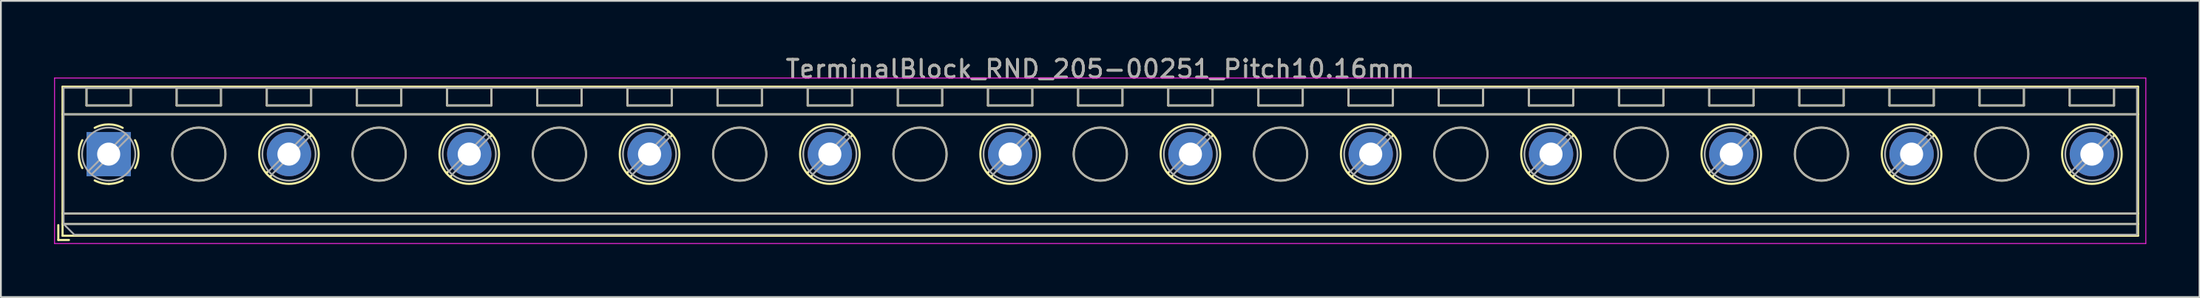
<source format=kicad_pcb>
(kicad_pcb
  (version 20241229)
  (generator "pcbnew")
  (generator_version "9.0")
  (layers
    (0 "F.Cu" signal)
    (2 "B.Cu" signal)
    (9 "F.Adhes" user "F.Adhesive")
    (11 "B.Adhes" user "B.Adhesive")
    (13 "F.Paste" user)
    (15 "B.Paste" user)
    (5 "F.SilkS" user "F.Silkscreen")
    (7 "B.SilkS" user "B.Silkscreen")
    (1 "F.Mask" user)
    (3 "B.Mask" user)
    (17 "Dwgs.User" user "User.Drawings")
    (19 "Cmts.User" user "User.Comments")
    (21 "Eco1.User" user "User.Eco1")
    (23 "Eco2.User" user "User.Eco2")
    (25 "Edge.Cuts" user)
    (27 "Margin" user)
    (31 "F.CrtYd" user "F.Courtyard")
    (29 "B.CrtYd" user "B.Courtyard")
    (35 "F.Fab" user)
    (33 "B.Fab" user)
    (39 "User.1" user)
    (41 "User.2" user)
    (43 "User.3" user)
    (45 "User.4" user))
  (footprint "TerminalBlock_RND_205-00251_Pitch10.16mm"
    (layer "F.Cu")
    (at 3.075 5.658)
    (property "Reference" "TerminalBlock_RND_205-00251_Pitch10.16mm" (at 55.88 -4.81 0) (layer "F.SilkS") (effects (font (size 1 1) (thickness 0.15))))
    (attr through_hole)
    (fp_line (start -2.84 4.01) (end -2.84 4.85) (stroke (width 0.12) (type solid)) (layer "F.SilkS"))
    (fp_line (start -2.84 4.85) (end -2.24 4.85) (stroke (width 0.12) (type solid)) (layer "F.SilkS"))
    (fp_line (start -2.6 -3.81) (end -2.6 4.61) (stroke (width 0.12) (type solid)) (layer "F.SilkS"))
    (fp_line (start -2.6 -2.25) (end 114.36 -2.25) (stroke (width 0.12) (type solid)) (layer "F.SilkS"))
    (fp_line (start -2.6 3.35) (end 114.36 3.35) (stroke (width 0.12) (type solid)) (layer "F.SilkS"))
    (fp_line (start -2.6 3.95) (end 114.36 3.95) (stroke (width 0.12) (type solid)) (layer "F.SilkS"))
    (fp_line (start -2.6 4.61) (end 114.36 4.61) (stroke (width 0.12) (type solid)) (layer "F.SilkS"))
    (fp_line (start -1.25 -3.751) (end -1.25 -2.751) (stroke (width 0.12) (type solid)) (layer "F.SilkS"))
    (fp_line (start -1.25 -3.751) (end 1.25 -3.751) (stroke (width 0.12) (type solid)) (layer "F.SilkS"))
    (fp_line (start -1.25 -2.751) (end 1.25 -2.751) (stroke (width 0.12) (type solid)) (layer "F.SilkS"))
    (fp_line (start 1.25 -3.751) (end 1.25 -2.751) (stroke (width 0.12) (type solid)) (layer "F.SilkS"))
    (fp_line (start 3.83 -3.751) (end 3.83 -2.751) (stroke (width 0.12) (type solid)) (layer "F.SilkS"))
    (fp_line (start 3.83 -3.751) (end 6.33 -3.751) (stroke (width 0.12) (type solid)) (layer "F.SilkS"))
    (fp_line (start 3.83 -2.751) (end 6.33 -2.751) (stroke (width 0.12) (type solid)) (layer "F.SilkS"))
    (fp_line (start 6.33 -3.751) (end 6.33 -2.751) (stroke (width 0.12) (type solid)) (layer "F.SilkS"))
    (fp_line (start 8.91 -3.751) (end 8.91 -2.751) (stroke (width 0.12) (type solid)) (layer "F.SilkS"))
    (fp_line (start 8.91 -3.751) (end 11.41 -3.751) (stroke (width 0.12) (type solid)) (layer "F.SilkS"))
    (fp_line (start 8.91 -2.751) (end 11.41 -2.751) (stroke (width 0.12) (type solid)) (layer "F.SilkS"))
    (fp_line (start 8.98 0.976) (end 8.886 1.069) (stroke (width 0.12) (type solid)) (layer "F.SilkS"))
    (fp_line (start 9.15 1.216) (end 9.091 1.274) (stroke (width 0.12) (type solid)) (layer "F.SilkS"))
    (fp_line (start 11.23 -1.275) (end 11.171 -1.216) (stroke (width 0.12) (type solid)) (layer "F.SilkS"))
    (fp_line (start 11.41 -3.751) (end 11.41 -2.751) (stroke (width 0.12) (type solid)) (layer "F.SilkS"))
    (fp_line (start 11.435 -1.069) (end 11.341 -0.976) (stroke (width 0.12) (type solid)) (layer "F.SilkS"))
    (fp_line (start 13.99 -3.751) (end 13.99 -2.751) (stroke (width 0.12) (type solid)) (layer "F.SilkS"))
    (fp_line (start 13.99 -3.751) (end 16.49 -3.751) (stroke (width 0.12) (type solid)) (layer "F.SilkS"))
    (fp_line (start 13.99 -2.751) (end 16.49 -2.751) (stroke (width 0.12) (type solid)) (layer "F.SilkS"))
    (fp_line (start 16.49 -3.751) (end 16.49 -2.751) (stroke (width 0.12) (type solid)) (layer "F.SilkS"))
    (fp_line (start 19.07 -3.751) (end 19.07 -2.751) (stroke (width 0.12) (type solid)) (layer "F.SilkS"))
    (fp_line (start 19.07 -3.751) (end 21.57 -3.751) (stroke (width 0.12) (type solid)) (layer "F.SilkS"))
    (fp_line (start 19.07 -2.751) (end 21.57 -2.751) (stroke (width 0.12) (type solid)) (layer "F.SilkS"))
    (fp_line (start 19.14 0.976) (end 19.046 1.069) (stroke (width 0.12) (type solid)) (layer "F.SilkS"))
    (fp_line (start 19.31 1.216) (end 19.251 1.274) (stroke (width 0.12) (type solid)) (layer "F.SilkS"))
    (fp_line (start 21.39 -1.275) (end 21.331 -1.216) (stroke (width 0.12) (type solid)) (layer "F.SilkS"))
    (fp_line (start 21.57 -3.751) (end 21.57 -2.751) (stroke (width 0.12) (type solid)) (layer "F.SilkS"))
    (fp_line (start 21.595 -1.069) (end 21.501 -0.976) (stroke (width 0.12) (type solid)) (layer "F.SilkS"))
    (fp_line (start 24.15 -3.751) (end 24.15 -2.751) (stroke (width 0.12) (type solid)) (layer "F.SilkS"))
    (fp_line (start 24.15 -3.751) (end 26.65 -3.751) (stroke (width 0.12) (type solid)) (layer "F.SilkS"))
    (fp_line (start 24.15 -2.751) (end 26.65 -2.751) (stroke (width 0.12) (type solid)) (layer "F.SilkS"))
    (fp_line (start 26.65 -3.751) (end 26.65 -2.751) (stroke (width 0.12) (type solid)) (layer "F.SilkS"))
    (fp_line (start 29.23 -3.751) (end 29.23 -2.751) (stroke (width 0.12) (type solid)) (layer "F.SilkS"))
    (fp_line (start 29.23 -3.751) (end 31.73 -3.751) (stroke (width 0.12) (type solid)) (layer "F.SilkS"))
    (fp_line (start 29.23 -2.751) (end 31.73 -2.751) (stroke (width 0.12) (type solid)) (layer "F.SilkS"))
    (fp_line (start 29.3 0.976) (end 29.206 1.069) (stroke (width 0.12) (type solid)) (layer "F.SilkS"))
    (fp_line (start 29.47 1.216) (end 29.411 1.274) (stroke (width 0.12) (type solid)) (layer "F.SilkS"))
    (fp_line (start 31.55 -1.275) (end 31.491 -1.216) (stroke (width 0.12) (type solid)) (layer "F.SilkS"))
    (fp_line (start 31.73 -3.751) (end 31.73 -2.751) (stroke (width 0.12) (type solid)) (layer "F.SilkS"))
    (fp_line (start 31.755 -1.069) (end 31.661 -0.976) (stroke (width 0.12) (type solid)) (layer "F.SilkS"))
    (fp_line (start 34.31 -3.751) (end 34.31 -2.751) (stroke (width 0.12) (type solid)) (layer "F.SilkS"))
    (fp_line (start 34.31 -3.751) (end 36.81 -3.751) (stroke (width 0.12) (type solid)) (layer "F.SilkS"))
    (fp_line (start 34.31 -2.751) (end 36.81 -2.751) (stroke (width 0.12) (type solid)) (layer "F.SilkS"))
    (fp_line (start 36.81 -3.751) (end 36.81 -2.751) (stroke (width 0.12) (type solid)) (layer "F.SilkS"))
    (fp_line (start 39.39 -3.751) (end 39.39 -2.751) (stroke (width 0.12) (type solid)) (layer "F.SilkS"))
    (fp_line (start 39.39 -3.751) (end 41.89 -3.751) (stroke (width 0.12) (type solid)) (layer "F.SilkS"))
    (fp_line (start 39.39 -2.751) (end 41.89 -2.751) (stroke (width 0.12) (type solid)) (layer "F.SilkS"))
    (fp_line (start 39.46 0.976) (end 39.366 1.069) (stroke (width 0.12) (type solid)) (layer "F.SilkS"))
    (fp_line (start 39.63 1.216) (end 39.571 1.274) (stroke (width 0.12) (type solid)) (layer "F.SilkS"))
    (fp_line (start 41.71 -1.275) (end 41.651 -1.216) (stroke (width 0.12) (type solid)) (layer "F.SilkS"))
    (fp_line (start 41.89 -3.751) (end 41.89 -2.751) (stroke (width 0.12) (type solid)) (layer "F.SilkS"))
    (fp_line (start 41.915 -1.069) (end 41.821 -0.976) (stroke (width 0.12) (type solid)) (layer "F.SilkS"))
    (fp_line (start 44.47 -3.751) (end 44.47 -2.751) (stroke (width 0.12) (type solid)) (layer "F.SilkS"))
    (fp_line (start 44.47 -3.751) (end 46.97 -3.751) (stroke (width 0.12) (type solid)) (layer "F.SilkS"))
    (fp_line (start 44.47 -2.751) (end 46.97 -2.751) (stroke (width 0.12) (type solid)) (layer "F.SilkS"))
    (fp_line (start 46.97 -3.751) (end 46.97 -2.751) (stroke (width 0.12) (type solid)) (layer "F.SilkS"))
    (fp_line (start 49.55 -3.751) (end 49.55 -2.751) (stroke (width 0.12) (type solid)) (layer "F.SilkS"))
    (fp_line (start 49.55 -3.751) (end 52.05 -3.751) (stroke (width 0.12) (type solid)) (layer "F.SilkS"))
    (fp_line (start 49.55 -2.751) (end 52.05 -2.751) (stroke (width 0.12) (type solid)) (layer "F.SilkS"))
    (fp_line (start 49.62 0.976) (end 49.526 1.069) (stroke (width 0.12) (type solid)) (layer "F.SilkS"))
    (fp_line (start 49.79 1.216) (end 49.731 1.274) (stroke (width 0.12) (type solid)) (layer "F.SilkS"))
    (fp_line (start 51.87 -1.275) (end 51.811 -1.216) (stroke (width 0.12) (type solid)) (layer "F.SilkS"))
    (fp_line (start 52.05 -3.751) (end 52.05 -2.751) (stroke (width 0.12) (type solid)) (layer "F.SilkS"))
    (fp_line (start 52.075 -1.069) (end 51.981 -0.976) (stroke (width 0.12) (type solid)) (layer "F.SilkS"))
    (fp_line (start 54.63 -3.751) (end 54.63 -2.751) (stroke (width 0.12) (type solid)) (layer "F.SilkS"))
    (fp_line (start 54.63 -3.751) (end 57.13 -3.751) (stroke (width 0.12) (type solid)) (layer "F.SilkS"))
    (fp_line (start 54.63 -2.751) (end 57.13 -2.751) (stroke (width 0.12) (type solid)) (layer "F.SilkS"))
    (fp_line (start 57.13 -3.751) (end 57.13 -2.751) (stroke (width 0.12) (type solid)) (layer "F.SilkS"))
    (fp_line (start 59.71 -3.751) (end 59.71 -2.751) (stroke (width 0.12) (type solid)) (layer "F.SilkS"))
    (fp_line (start 59.71 -3.751) (end 62.21 -3.751) (stroke (width 0.12) (type solid)) (layer "F.SilkS"))
    (fp_line (start 59.71 -2.751) (end 62.21 -2.751) (stroke (width 0.12) (type solid)) (layer "F.SilkS"))
    (fp_line (start 59.78 0.976) (end 59.686 1.069) (stroke (width 0.12) (type solid)) (layer "F.SilkS"))
    (fp_line (start 59.95 1.216) (end 59.891 1.274) (stroke (width 0.12) (type solid)) (layer "F.SilkS"))
    (fp_line (start 62.03 -1.275) (end 61.971 -1.216) (stroke (width 0.12) (type solid)) (layer "F.SilkS"))
    (fp_line (start 62.21 -3.751) (end 62.21 -2.751) (stroke (width 0.12) (type solid)) (layer "F.SilkS"))
    (fp_line (start 62.235 -1.069) (end 62.141 -0.976) (stroke (width 0.12) (type solid)) (layer "F.SilkS"))
    (fp_line (start 64.791 -3.751) (end 64.791 -2.751) (stroke (width 0.12) (type solid)) (layer "F.SilkS"))
    (fp_line (start 64.791 -3.751) (end 67.29 -3.751) (stroke (width 0.12) (type solid)) (layer "F.SilkS"))
    (fp_line (start 64.791 -2.751) (end 67.29 -2.751) (stroke (width 0.12) (type solid)) (layer "F.SilkS"))
    (fp_line (start 67.29 -3.751) (end 67.29 -2.751) (stroke (width 0.12) (type solid)) (layer "F.SilkS"))
    (fp_line (start 69.87 -3.751) (end 69.87 -2.751) (stroke (width 0.12) (type solid)) (layer "F.SilkS"))
    (fp_line (start 69.87 -3.751) (end 72.37 -3.751) (stroke (width 0.12) (type solid)) (layer "F.SilkS"))
    (fp_line (start 69.87 -2.751) (end 72.37 -2.751) (stroke (width 0.12) (type solid)) (layer "F.SilkS"))
    (fp_line (start 69.94 0.976) (end 69.846 1.069) (stroke (width 0.12) (type solid)) (layer "F.SilkS"))
    (fp_line (start 70.11 1.216) (end 70.051 1.274) (stroke (width 0.12) (type solid)) (layer "F.SilkS"))
    (fp_line (start 72.19 -1.275) (end 72.131 -1.216) (stroke (width 0.12) (type solid)) (layer "F.SilkS"))
    (fp_line (start 72.37 -3.751) (end 72.37 -2.751) (stroke (width 0.12) (type solid)) (layer "F.SilkS"))
    (fp_line (start 72.395 -1.069) (end 72.301 -0.976) (stroke (width 0.12) (type solid)) (layer "F.SilkS"))
    (fp_line (start 74.95 -3.751) (end 74.95 -2.751) (stroke (width 0.12) (type solid)) (layer "F.SilkS"))
    (fp_line (start 74.95 -3.751) (end 77.45 -3.751) (stroke (width 0.12) (type solid)) (layer "F.SilkS"))
    (fp_line (start 74.95 -2.751) (end 77.45 -2.751) (stroke (width 0.12) (type solid)) (layer "F.SilkS"))
    (fp_line (start 77.45 -3.751) (end 77.45 -2.751) (stroke (width 0.12) (type solid)) (layer "F.SilkS"))
    (fp_line (start 80.03 -3.751) (end 80.03 -2.751) (stroke (width 0.12) (type solid)) (layer "F.SilkS"))
    (fp_line (start 80.03 -3.751) (end 82.53 -3.751) (stroke (width 0.12) (type solid)) (layer "F.SilkS"))
    (fp_line (start 80.03 -2.751) (end 82.53 -2.751) (stroke (width 0.12) (type solid)) (layer "F.SilkS"))
    (fp_line (start 80.1 0.976) (end 80.006 1.069) (stroke (width 0.12) (type solid)) (layer "F.SilkS"))
    (fp_line (start 80.27 1.216) (end 80.211 1.274) (stroke (width 0.12) (type solid)) (layer "F.SilkS"))
    (fp_line (start 82.35 -1.275) (end 82.291 -1.216) (stroke (width 0.12) (type solid)) (layer "F.SilkS"))
    (fp_line (start 82.53 -3.751) (end 82.53 -2.751) (stroke (width 0.12) (type solid)) (layer "F.SilkS"))
    (fp_line (start 82.555 -1.069) (end 82.461 -0.976) (stroke (width 0.12) (type solid)) (layer "F.SilkS"))
    (fp_line (start 85.11 -3.751) (end 85.11 -2.751) (stroke (width 0.12) (type solid)) (layer "F.SilkS"))
    (fp_line (start 85.11 -3.751) (end 87.61 -3.751) (stroke (width 0.12) (type solid)) (layer "F.SilkS"))
    (fp_line (start 85.11 -2.751) (end 87.61 -2.751) (stroke (width 0.12) (type solid)) (layer "F.SilkS"))
    (fp_line (start 87.61 -3.751) (end 87.61 -2.751) (stroke (width 0.12) (type solid)) (layer "F.SilkS"))
    (fp_line (start 90.19 -3.751) (end 90.19 -2.751) (stroke (width 0.12) (type solid)) (layer "F.SilkS"))
    (fp_line (start 90.19 -3.751) (end 92.69 -3.751) (stroke (width 0.12) (type solid)) (layer "F.SilkS"))
    (fp_line (start 90.19 -2.751) (end 92.69 -2.751) (stroke (width 0.12) (type solid)) (layer "F.SilkS"))
    (fp_line (start 90.26 0.976) (end 90.166 1.069) (stroke (width 0.12) (type solid)) (layer "F.SilkS"))
    (fp_line (start 90.43 1.216) (end 90.371 1.274) (stroke (width 0.12) (type solid)) (layer "F.SilkS"))
    (fp_line (start 92.51 -1.275) (end 92.451 -1.216) (stroke (width 0.12) (type solid)) (layer "F.SilkS"))
    (fp_line (start 92.69 -3.751) (end 92.69 -2.751) (stroke (width 0.12) (type solid)) (layer "F.SilkS"))
    (fp_line (start 92.715 -1.069) (end 92.621 -0.976) (stroke (width 0.12) (type solid)) (layer "F.SilkS"))
    (fp_line (start 95.27 -3.751) (end 95.27 -2.751) (stroke (width 0.12) (type solid)) (layer "F.SilkS"))
    (fp_line (start 95.27 -3.751) (end 97.77 -3.751) (stroke (width 0.12) (type solid)) (layer "F.SilkS"))
    (fp_line (start 95.27 -2.751) (end 97.77 -2.751) (stroke (width 0.12) (type solid)) (layer "F.SilkS"))
    (fp_line (start 97.77 -3.751) (end 97.77 -2.751) (stroke (width 0.12) (type solid)) (layer "F.SilkS"))
    (fp_line (start 100.35 -3.751) (end 100.35 -2.751) (stroke (width 0.12) (type solid)) (layer "F.SilkS"))
    (fp_line (start 100.35 -3.751) (end 102.85 -3.751) (stroke (width 0.12) (type solid)) (layer "F.SilkS"))
    (fp_line (start 100.35 -2.751) (end 102.85 -2.751) (stroke (width 0.12) (type solid)) (layer "F.SilkS"))
    (fp_line (start 100.42 0.976) (end 100.326 1.069) (stroke (width 0.12) (type solid)) (layer "F.SilkS"))
    (fp_line (start 100.59 1.216) (end 100.531 1.274) (stroke (width 0.12) (type solid)) (layer "F.SilkS"))
    (fp_line (start 102.67 -1.275) (end 102.611 -1.216) (stroke (width 0.12) (type solid)) (layer "F.SilkS"))
    (fp_line (start 102.85 -3.751) (end 102.85 -2.751) (stroke (width 0.12) (type solid)) (layer "F.SilkS"))
    (fp_line (start 102.875 -1.069) (end 102.781 -0.976) (stroke (width 0.12) (type solid)) (layer "F.SilkS"))
    (fp_line (start 105.43 -3.751) (end 105.43 -2.751) (stroke (width 0.12) (type solid)) (layer "F.SilkS"))
    (fp_line (start 105.43 -3.751) (end 107.93 -3.751) (stroke (width 0.12) (type solid)) (layer "F.SilkS"))
    (fp_line (start 105.43 -2.751) (end 107.93 -2.751) (stroke (width 0.12) (type solid)) (layer "F.SilkS"))
    (fp_line (start 107.93 -3.751) (end 107.93 -2.751) (stroke (width 0.12) (type solid)) (layer "F.SilkS"))
    (fp_line (start 110.51 -3.751) (end 110.51 -2.751) (stroke (width 0.12) (type solid)) (layer "F.SilkS"))
    (fp_line (start 110.51 -3.751) (end 113.01 -3.751) (stroke (width 0.12) (type solid)) (layer "F.SilkS"))
    (fp_line (start 110.51 -2.751) (end 113.01 -2.751) (stroke (width 0.12) (type solid)) (layer "F.SilkS"))
    (fp_line (start 110.58 0.976) (end 110.486 1.069) (stroke (width 0.12) (type solid)) (layer "F.SilkS"))
    (fp_line (start 110.75 1.216) (end 110.691 1.274) (stroke (width 0.12) (type solid)) (layer "F.SilkS"))
    (fp_line (start 112.83 -1.275) (end 112.771 -1.216) (stroke (width 0.12) (type solid)) (layer "F.SilkS"))
    (fp_line (start 113.01 -3.751) (end 113.01 -2.751) (stroke (width 0.12) (type solid)) (layer "F.SilkS"))
    (fp_line (start 113.035 -1.069) (end 112.941 -0.976) (stroke (width 0.12) (type solid)) (layer "F.SilkS"))
    (fp_line (start 114.36 -3.81) (end -2.6 -3.81) (stroke (width 0.12) (type solid)) (layer "F.SilkS"))
    (fp_line (start 114.36 4.61) (end 114.36 -3.81) (stroke (width 0.12) (type solid)) (layer "F.SilkS"))
    (fp_arc (start -1.483953 0.789089) (mid -1.680708 0.00005) (end -1.484 -0.789) (stroke (width 0.12) (type solid)) (layer "F.SilkS"))
    (fp_arc (start -0.789089 -1.483953) (mid -0.00005 -1.680708) (end 0.789 -1.484) (stroke (width 0.12) (type solid)) (layer "F.SilkS"))
    (fp_arc (start 0.029383 1.68045) (mid -0.392304 1.634281) (end -0.789 1.484) (stroke (width 0.12) (type solid)) (layer "F.SilkS"))
    (fp_arc (start 0.788712 1.483352) (mid 0.406429 1.630097) (end 0 1.68) (stroke (width 0.12) (type solid)) (layer "F.SilkS"))
    (fp_arc (start 1.483953 -0.789089) (mid 1.680708 -0.00005) (end 1.484 0.789) (stroke (width 0.12) (type solid)) (layer "F.SilkS"))
    (fp_circle (center 5.08 0) (end 6.58 0) (stroke (width 0.12) (type solid)) (fill no) (layer "F.SilkS"))
    (fp_circle (center 10.16 0) (end 11.84 0) (stroke (width 0.12) (type solid)) (fill no) (layer "F.SilkS"))
    (fp_circle (center 15.24 0) (end 16.74 0) (stroke (width 0.12) (type solid)) (fill no) (layer "F.SilkS"))
    (fp_circle (center 20.32 0) (end 22 0) (stroke (width 0.12) (type solid)) (fill no) (layer "F.SilkS"))
    (fp_circle (center 25.4 0) (end 26.9 0) (stroke (width 0.12) (type solid)) (fill no) (layer "F.SilkS"))
    (fp_circle (center 30.48 0) (end 32.16 0) (stroke (width 0.12) (type solid)) (fill no) (layer "F.SilkS"))
    (fp_circle (center 35.56 0) (end 37.06 0) (stroke (width 0.12) (type solid)) (fill no) (layer "F.SilkS"))
    (fp_circle (center 40.64 0) (end 42.32 0) (stroke (width 0.12) (type solid)) (fill no) (layer "F.SilkS"))
    (fp_circle (center 45.72 0) (end 47.22 0) (stroke (width 0.12) (type solid)) (fill no) (layer "F.SilkS"))
    (fp_circle (center 50.8 0) (end 52.48 0) (stroke (width 0.12) (type solid)) (fill no) (layer "F.SilkS"))
    (fp_circle (center 55.88 0) (end 57.38 0) (stroke (width 0.12) (type solid)) (fill no) (layer "F.SilkS"))
    (fp_circle (center 60.96 0) (end 62.64 0) (stroke (width 0.12) (type solid)) (fill no) (layer "F.SilkS"))
    (fp_circle (center 66.04 0) (end 67.54 0) (stroke (width 0.12) (type solid)) (fill no) (layer "F.SilkS"))
    (fp_circle (center 71.12 0) (end 72.8 0) (stroke (width 0.12) (type solid)) (fill no) (layer "F.SilkS"))
    (fp_circle (center 76.2 0) (end 77.7 0) (stroke (width 0.12) (type solid)) (fill no) (layer "F.SilkS"))
    (fp_circle (center 81.28 0) (end 82.96 0) (stroke (width 0.12) (type solid)) (fill no) (layer "F.SilkS"))
    (fp_circle (center 86.36 0) (end 87.86 0) (stroke (width 0.12) (type solid)) (fill no) (layer "F.SilkS"))
    (fp_circle (center 91.44 0) (end 93.12 0) (stroke (width 0.12) (type solid)) (fill no) (layer "F.SilkS"))
    (fp_circle (center 96.52 0) (end 98.02 0) (stroke (width 0.12) (type solid)) (fill no) (layer "F.SilkS"))
    (fp_circle (center 101.6 0) (end 103.28 0) (stroke (width 0.12) (type solid)) (fill no) (layer "F.SilkS"))
    (fp_circle (center 106.68 0) (end 108.18 0) (stroke (width 0.12) (type solid)) (fill no) (layer "F.SilkS"))
    (fp_circle (center 111.76 0) (end 113.44 0) (stroke (width 0.12) (type solid)) (fill no) (layer "F.SilkS"))
    (fp_line (start -3.05 -4.3) (end -3.05 5.05) (stroke (width 0.05) (type solid)) (layer "F.CrtYd"))
    (fp_line (start -3.05 5.05) (end 114.8 5.05) (stroke (width 0.05) (type solid)) (layer "F.CrtYd"))
    (fp_line (start 114.8 -4.3) (end -3.05 -4.3) (stroke (width 0.05) (type solid)) (layer "F.CrtYd"))
    (fp_line (start 114.8 5.05) (end 114.8 -4.3) (stroke (width 0.05) (type solid)) (layer "F.CrtYd"))
    (fp_line (start -2.54 -3.75) (end 114.3 -3.75) (stroke (width 0.1) (type solid)) (layer "F.Fab"))
    (fp_line (start -2.54 -2.25) (end 114.3 -2.25) (stroke (width 0.1) (type solid)) (layer "F.Fab"))
    (fp_line (start -2.54 3.35) (end 114.3 3.35) (stroke (width 0.1) (type solid)) (layer "F.Fab"))
    (fp_line (start -2.54 3.95) (end -2.54 -3.75) (stroke (width 0.1) (type solid)) (layer "F.Fab"))
    (fp_line (start -2.54 3.95) (end 114.3 3.95) (stroke (width 0.1) (type solid)) (layer "F.Fab"))
    (fp_line (start -1.94 4.55) (end -2.54 3.95) (stroke (width 0.1) (type solid)) (layer "F.Fab"))
    (fp_line (start -1.25 -3.75) (end -1.25 -2.75) (stroke (width 0.1) (type solid)) (layer "F.Fab"))
    (fp_line (start -1.25 -2.75) (end 1.25 -2.75) (stroke (width 0.1) (type solid)) (layer "F.Fab"))
    (fp_line (start 0.955 -1.138) (end -1.138 0.955) (stroke (width 0.1) (type solid)) (layer "F.Fab"))
    (fp_line (start 1.138 -0.955) (end -0.955 1.138) (stroke (width 0.1) (type solid)) (layer "F.Fab"))
    (fp_line (start 1.25 -3.75) (end -1.25 -3.75) (stroke (width 0.1) (type solid)) (layer "F.Fab"))
    (fp_line (start 1.25 -2.75) (end 1.25 -3.75) (stroke (width 0.1) (type solid)) (layer "F.Fab"))
    (fp_line (start 3.83 -3.75) (end 3.83 -2.75) (stroke (width 0.1) (type solid)) (layer "F.Fab"))
    (fp_line (start 3.83 -2.75) (end 6.33 -2.75) (stroke (width 0.1) (type solid)) (layer "F.Fab"))
    (fp_line (start 6.33 -3.75) (end 3.83 -3.75) (stroke (width 0.1) (type solid)) (layer "F.Fab"))
    (fp_line (start 6.33 -2.75) (end 6.33 -3.75) (stroke (width 0.1) (type solid)) (layer "F.Fab"))
    (fp_line (start 8.91 -3.75) (end 8.91 -2.75) (stroke (width 0.1) (type solid)) (layer "F.Fab"))
    (fp_line (start 8.91 -2.75) (end 11.41 -2.75) (stroke (width 0.1) (type solid)) (layer "F.Fab"))
    (fp_line (start 11.115 -1.138) (end 9.023 0.955) (stroke (width 0.1) (type solid)) (layer "F.Fab"))
    (fp_line (start 11.298 -0.955) (end 9.206 1.138) (stroke (width 0.1) (type solid)) (layer "F.Fab"))
    (fp_line (start 11.41 -3.75) (end 8.91 -3.75) (stroke (width 0.1) (type solid)) (layer "F.Fab"))
    (fp_line (start 11.41 -2.75) (end 11.41 -3.75) (stroke (width 0.1) (type solid)) (layer "F.Fab"))
    (fp_line (start 13.99 -3.75) (end 13.99 -2.75) (stroke (width 0.1) (type solid)) (layer "F.Fab"))
    (fp_line (start 13.99 -2.75) (end 16.49 -2.75) (stroke (width 0.1) (type solid)) (layer "F.Fab"))
    (fp_line (start 16.49 -3.75) (end 13.99 -3.75) (stroke (width 0.1) (type solid)) (layer "F.Fab"))
    (fp_line (start 16.49 -2.75) (end 16.49 -3.75) (stroke (width 0.1) (type solid)) (layer "F.Fab"))
    (fp_line (start 19.07 -3.75) (end 19.07 -2.75) (stroke (width 0.1) (type solid)) (layer "F.Fab"))
    (fp_line (start 19.07 -2.75) (end 21.57 -2.75) (stroke (width 0.1) (type solid)) (layer "F.Fab"))
    (fp_line (start 21.275 -1.138) (end 19.183 0.955) (stroke (width 0.1) (type solid)) (layer "F.Fab"))
    (fp_line (start 21.458 -0.955) (end 19.366 1.138) (stroke (width 0.1) (type solid)) (layer "F.Fab"))
    (fp_line (start 21.57 -3.75) (end 19.07 -3.75) (stroke (width 0.1) (type solid)) (layer "F.Fab"))
    (fp_line (start 21.57 -2.75) (end 21.57 -3.75) (stroke (width 0.1) (type solid)) (layer "F.Fab"))
    (fp_line (start 24.15 -3.75) (end 24.15 -2.75) (stroke (width 0.1) (type solid)) (layer "F.Fab"))
    (fp_line (start 24.15 -2.75) (end 26.65 -2.75) (stroke (width 0.1) (type solid)) (layer "F.Fab"))
    (fp_line (start 26.65 -3.75) (end 24.15 -3.75) (stroke (width 0.1) (type solid)) (layer "F.Fab"))
    (fp_line (start 26.65 -2.75) (end 26.65 -3.75) (stroke (width 0.1) (type solid)) (layer "F.Fab"))
    (fp_line (start 29.23 -3.75) (end 29.23 -2.75) (stroke (width 0.1) (type solid)) (layer "F.Fab"))
    (fp_line (start 29.23 -2.75) (end 31.73 -2.75) (stroke (width 0.1) (type solid)) (layer "F.Fab"))
    (fp_line (start 31.435 -1.138) (end 29.343 0.955) (stroke (width 0.1) (type solid)) (layer "F.Fab"))
    (fp_line (start 31.618 -0.955) (end 29.526 1.138) (stroke (width 0.1) (type solid)) (layer "F.Fab"))
    (fp_line (start 31.73 -3.75) (end 29.23 -3.75) (stroke (width 0.1) (type solid)) (layer "F.Fab"))
    (fp_line (start 31.73 -2.75) (end 31.73 -3.75) (stroke (width 0.1) (type solid)) (layer "F.Fab"))
    (fp_line (start 34.31 -3.75) (end 34.31 -2.75) (stroke (width 0.1) (type solid)) (layer "F.Fab"))
    (fp_line (start 34.31 -2.75) (end 36.81 -2.75) (stroke (width 0.1) (type solid)) (layer "F.Fab"))
    (fp_line (start 36.81 -3.75) (end 34.31 -3.75) (stroke (width 0.1) (type solid)) (layer "F.Fab"))
    (fp_line (start 36.81 -2.75) (end 36.81 -3.75) (stroke (width 0.1) (type solid)) (layer "F.Fab"))
    (fp_line (start 39.39 -3.75) (end 39.39 -2.75) (stroke (width 0.1) (type solid)) (layer "F.Fab"))
    (fp_line (start 39.39 -2.75) (end 41.89 -2.75) (stroke (width 0.1) (type solid)) (layer "F.Fab"))
    (fp_line (start 41.595 -1.138) (end 39.503 0.955) (stroke (width 0.1) (type solid)) (layer "F.Fab"))
    (fp_line (start 41.778 -0.955) (end 39.686 1.138) (stroke (width 0.1) (type solid)) (layer "F.Fab"))
    (fp_line (start 41.89 -3.75) (end 39.39 -3.75) (stroke (width 0.1) (type solid)) (layer "F.Fab"))
    (fp_line (start 41.89 -2.75) (end 41.89 -3.75) (stroke (width 0.1) (type solid)) (layer "F.Fab"))
    (fp_line (start 44.47 -3.75) (end 44.47 -2.75) (stroke (width 0.1) (type solid)) (layer "F.Fab"))
    (fp_line (start 44.47 -2.75) (end 46.97 -2.75) (stroke (width 0.1) (type solid)) (layer "F.Fab"))
    (fp_line (start 46.97 -3.75) (end 44.47 -3.75) (stroke (width 0.1) (type solid)) (layer "F.Fab"))
    (fp_line (start 46.97 -2.75) (end 46.97 -3.75) (stroke (width 0.1) (type solid)) (layer "F.Fab"))
    (fp_line (start 49.55 -3.75) (end 49.55 -2.75) (stroke (width 0.1) (type solid)) (layer "F.Fab"))
    (fp_line (start 49.55 -2.75) (end 52.05 -2.75) (stroke (width 0.1) (type solid)) (layer "F.Fab"))
    (fp_line (start 51.755 -1.138) (end 49.663 0.955) (stroke (width 0.1) (type solid)) (layer "F.Fab"))
    (fp_line (start 51.938 -0.955) (end 49.846 1.138) (stroke (width 0.1) (type solid)) (layer "F.Fab"))
    (fp_line (start 52.05 -3.75) (end 49.55 -3.75) (stroke (width 0.1) (type solid)) (layer "F.Fab"))
    (fp_line (start 52.05 -2.75) (end 52.05 -3.75) (stroke (width 0.1) (type solid)) (layer "F.Fab"))
    (fp_line (start 54.63 -3.75) (end 54.63 -2.75) (stroke (width 0.1) (type solid)) (layer "F.Fab"))
    (fp_line (start 54.63 -2.75) (end 57.13 -2.75) (stroke (width 0.1) (type solid)) (layer "F.Fab"))
    (fp_line (start 57.13 -3.75) (end 54.63 -3.75) (stroke (width 0.1) (type solid)) (layer "F.Fab"))
    (fp_line (start 57.13 -2.75) (end 57.13 -3.75) (stroke (width 0.1) (type solid)) (layer "F.Fab"))
    (fp_line (start 59.71 -3.75) (end 59.71 -2.75) (stroke (width 0.1) (type solid)) (layer "F.Fab"))
    (fp_line (start 59.71 -2.75) (end 62.21 -2.75) (stroke (width 0.1) (type solid)) (layer "F.Fab"))
    (fp_line (start 61.915 -1.138) (end 59.823 0.955) (stroke (width 0.1) (type solid)) (layer "F.Fab"))
    (fp_line (start 62.098 -0.955) (end 60.006 1.138) (stroke (width 0.1) (type solid)) (layer "F.Fab"))
    (fp_line (start 62.21 -3.75) (end 59.71 -3.75) (stroke (width 0.1) (type solid)) (layer "F.Fab"))
    (fp_line (start 62.21 -2.75) (end 62.21 -3.75) (stroke (width 0.1) (type solid)) (layer "F.Fab"))
    (fp_line (start 64.79 -3.75) (end 64.79 -2.75) (stroke (width 0.1) (type solid)) (layer "F.Fab"))
    (fp_line (start 64.79 -2.75) (end 67.29 -2.75) (stroke (width 0.1) (type solid)) (layer "F.Fab"))
    (fp_line (start 67.29 -3.75) (end 64.79 -3.75) (stroke (width 0.1) (type solid)) (layer "F.Fab"))
    (fp_line (start 67.29 -2.75) (end 67.29 -3.75) (stroke (width 0.1) (type solid)) (layer "F.Fab"))
    (fp_line (start 69.87 -3.75) (end 69.87 -2.75) (stroke (width 0.1) (type solid)) (layer "F.Fab"))
    (fp_line (start 69.87 -2.75) (end 72.37 -2.75) (stroke (width 0.1) (type solid)) (layer "F.Fab"))
    (fp_line (start 72.075 -1.138) (end 69.983 0.955) (stroke (width 0.1) (type solid)) (layer "F.Fab"))
    (fp_line (start 72.258 -0.955) (end 70.166 1.138) (stroke (width 0.1) (type solid)) (layer "F.Fab"))
    (fp_line (start 72.37 -3.75) (end 69.87 -3.75) (stroke (width 0.1) (type solid)) (layer "F.Fab"))
    (fp_line (start 72.37 -2.75) (end 72.37 -3.75) (stroke (width 0.1) (type solid)) (layer "F.Fab"))
    (fp_line (start 74.95 -3.75) (end 74.95 -2.75) (stroke (width 0.1) (type solid)) (layer "F.Fab"))
    (fp_line (start 74.95 -2.75) (end 77.45 -2.75) (stroke (width 0.1) (type solid)) (layer "F.Fab"))
    (fp_line (start 77.45 -3.75) (end 74.95 -3.75) (stroke (width 0.1) (type solid)) (layer "F.Fab"))
    (fp_line (start 77.45 -2.75) (end 77.45 -3.75) (stroke (width 0.1) (type solid)) (layer "F.Fab"))
    (fp_line (start 80.03 -3.75) (end 80.03 -2.75) (stroke (width 0.1) (type solid)) (layer "F.Fab"))
    (fp_line (start 80.03 -2.75) (end 82.53 -2.75) (stroke (width 0.1) (type solid)) (layer "F.Fab"))
    (fp_line (start 82.235 -1.138) (end 80.143 0.955) (stroke (width 0.1) (type solid)) (layer "F.Fab"))
    (fp_line (start 82.418 -0.955) (end 80.326 1.138) (stroke (width 0.1) (type solid)) (layer "F.Fab"))
    (fp_line (start 82.53 -3.75) (end 80.03 -3.75) (stroke (width 0.1) (type solid)) (layer "F.Fab"))
    (fp_line (start 82.53 -2.75) (end 82.53 -3.75) (stroke (width 0.1) (type solid)) (layer "F.Fab"))
    (fp_line (start 85.11 -3.75) (end 85.11 -2.75) (stroke (width 0.1) (type solid)) (layer "F.Fab"))
    (fp_line (start 85.11 -2.75) (end 87.61 -2.75) (stroke (width 0.1) (type solid)) (layer "F.Fab"))
    (fp_line (start 87.61 -3.75) (end 85.11 -3.75) (stroke (width 0.1) (type solid)) (layer "F.Fab"))
    (fp_line (start 87.61 -2.75) (end 87.61 -3.75) (stroke (width 0.1) (type solid)) (layer "F.Fab"))
    (fp_line (start 90.19 -3.75) (end 90.19 -2.75) (stroke (width 0.1) (type solid)) (layer "F.Fab"))
    (fp_line (start 90.19 -2.75) (end 92.69 -2.75) (stroke (width 0.1) (type solid)) (layer "F.Fab"))
    (fp_line (start 92.395 -1.138) (end 90.303 0.955) (stroke (width 0.1) (type solid)) (layer "F.Fab"))
    (fp_line (start 92.578 -0.955) (end 90.486 1.138) (stroke (width 0.1) (type solid)) (layer "F.Fab"))
    (fp_line (start 92.69 -3.75) (end 90.19 -3.75) (stroke (width 0.1) (type solid)) (layer "F.Fab"))
    (fp_line (start 92.69 -2.75) (end 92.69 -3.75) (stroke (width 0.1) (type solid)) (layer "F.Fab"))
    (fp_line (start 95.27 -3.75) (end 95.27 -2.75) (stroke (width 0.1) (type solid)) (layer "F.Fab"))
    (fp_line (start 95.27 -2.75) (end 97.77 -2.75) (stroke (width 0.1) (type solid)) (layer "F.Fab"))
    (fp_line (start 97.77 -3.75) (end 95.27 -3.75) (stroke (width 0.1) (type solid)) (layer "F.Fab"))
    (fp_line (start 97.77 -2.75) (end 97.77 -3.75) (stroke (width 0.1) (type solid)) (layer "F.Fab"))
    (fp_line (start 100.35 -3.75) (end 100.35 -2.75) (stroke (width 0.1) (type solid)) (layer "F.Fab"))
    (fp_line (start 100.35 -2.75) (end 102.85 -2.75) (stroke (width 0.1) (type solid)) (layer "F.Fab"))
    (fp_line (start 102.555 -1.138) (end 100.463 0.955) (stroke (width 0.1) (type solid)) (layer "F.Fab"))
    (fp_line (start 102.738 -0.955) (end 100.646 1.138) (stroke (width 0.1) (type solid)) (layer "F.Fab"))
    (fp_line (start 102.85 -3.75) (end 100.35 -3.75) (stroke (width 0.1) (type solid)) (layer "F.Fab"))
    (fp_line (start 102.85 -2.75) (end 102.85 -3.75) (stroke (width 0.1) (type solid)) (layer "F.Fab"))
    (fp_line (start 105.43 -3.75) (end 105.43 -2.75) (stroke (width 0.1) (type solid)) (layer "F.Fab"))
    (fp_line (start 105.43 -2.75) (end 107.93 -2.75) (stroke (width 0.1) (type solid)) (layer "F.Fab"))
    (fp_line (start 107.93 -3.75) (end 105.43 -3.75) (stroke (width 0.1) (type solid)) (layer "F.Fab"))
    (fp_line (start 107.93 -2.75) (end 107.93 -3.75) (stroke (width 0.1) (type solid)) (layer "F.Fab"))
    (fp_line (start 110.51 -3.75) (end 110.51 -2.75) (stroke (width 0.1) (type solid)) (layer "F.Fab"))
    (fp_line (start 110.51 -2.75) (end 113.01 -2.75) (stroke (width 0.1) (type solid)) (layer "F.Fab"))
    (fp_line (start 112.715 -1.138) (end 110.623 0.955) (stroke (width 0.1) (type solid)) (layer "F.Fab"))
    (fp_line (start 112.898 -0.955) (end 110.806 1.138) (stroke (width 0.1) (type solid)) (layer "F.Fab"))
    (fp_line (start 113.01 -3.75) (end 110.51 -3.75) (stroke (width 0.1) (type solid)) (layer "F.Fab"))
    (fp_line (start 113.01 -2.75) (end 113.01 -3.75) (stroke (width 0.1) (type solid)) (layer "F.Fab"))
    (fp_line (start 114.3 -3.75) (end 114.3 4.55) (stroke (width 0.1) (type solid)) (layer "F.Fab"))
    (fp_line (start 114.3 4.55) (end -1.94 4.55) (stroke (width 0.1) (type solid)) (layer "F.Fab"))
    (fp_circle (center 0 0) (end 1.5 0) (stroke (width 0.1) (type solid)) (fill no) (layer "F.Fab"))
    (fp_circle (center 5.08 0) (end 6.58 0) (stroke (width 0.1) (type solid)) (fill no) (layer "F.Fab"))
    (fp_circle (center 10.16 0) (end 11.66 0) (stroke (width 0.1) (type solid)) (fill no) (layer "F.Fab"))
    (fp_circle (center 15.24 0) (end 16.74 0) (stroke (width 0.1) (type solid)) (fill no) (layer "F.Fab"))
    (fp_circle (center 20.32 0) (end 21.82 0) (stroke (width 0.1) (type solid)) (fill no) (layer "F.Fab"))
    (fp_circle (center 25.4 0) (end 26.9 0) (stroke (width 0.1) (type solid)) (fill no) (layer "F.Fab"))
    (fp_circle (center 30.48 0) (end 31.98 0) (stroke (width 0.1) (type solid)) (fill no) (layer "F.Fab"))
    (fp_circle (center 35.56 0) (end 37.06 0) (stroke (width 0.1) (type solid)) (fill no) (layer "F.Fab"))
    (fp_circle (center 40.64 0) (end 42.14 0) (stroke (width 0.1) (type solid)) (fill no) (layer "F.Fab"))
    (fp_circle (center 45.72 0) (end 47.22 0) (stroke (width 0.1) (type solid)) (fill no) (layer "F.Fab"))
    (fp_circle (center 50.8 0) (end 52.3 0) (stroke (width 0.1) (type solid)) (fill no) (layer "F.Fab"))
    (fp_circle (center 55.88 0) (end 57.38 0) (stroke (width 0.1) (type solid)) (fill no) (layer "F.Fab"))
    (fp_circle (center 60.96 0) (end 62.46 0) (stroke (width 0.1) (type solid)) (fill no) (layer "F.Fab"))
    (fp_circle (center 66.04 0) (end 67.54 0) (stroke (width 0.1) (type solid)) (fill no) (layer "F.Fab"))
    (fp_circle (center 71.12 0) (end 72.62 0) (stroke (width 0.1) (type solid)) (fill no) (layer "F.Fab"))
    (fp_circle (center 76.2 0) (end 77.7 0) (stroke (width 0.1) (type solid)) (fill no) (layer "F.Fab"))
    (fp_circle (center 81.28 0) (end 82.78 0) (stroke (width 0.1) (type solid)) (fill no) (layer "F.Fab"))
    (fp_circle (center 86.36 0) (end 87.86 0) (stroke (width 0.1) (type solid)) (fill no) (layer "F.Fab"))
    (fp_circle (center 91.44 0) (end 92.94 0) (stroke (width 0.1) (type solid)) (fill no) (layer "F.Fab"))
    (fp_circle (center 96.52 0) (end 98.02 0) (stroke (width 0.1) (type solid)) (fill no) (layer "F.Fab"))
    (fp_circle (center 101.6 0) (end 103.1 0) (stroke (width 0.1) (type solid)) (fill no) (layer "F.Fab"))
    (fp_circle (center 106.68 0) (end 108.18 0) (stroke (width 0.1) (type solid)) (fill no) (layer "F.Fab"))
    (fp_circle (center 111.76 0) (end 113.26 0) (stroke (width 0.1) (type solid)) (fill no) (layer "F.Fab"))
    (fp_text user "${REFERENCE}" (at 55.88 -4.81 0) (layer "F.Fab") (effects (font (size 1 1) (thickness 0.15))))
    (pad "1" thru_hole rect (at 0 0) (size 2.5 2.5) (drill 1.3) (layers "*.Cu" "*.Mask"))
    (pad "2" thru_hole circle (at 10.16 0) (size 2.5 2.5) (drill 1.3) (layers "*.Cu" "*.Mask"))
    (pad "3" thru_hole circle (at 20.32 0) (size 2.5 2.5) (drill 1.3) (layers "*.Cu" "*.Mask"))
    (pad "4" thru_hole circle (at 30.48 0) (size 2.5 2.5) (drill 1.3) (layers "*.Cu" "*.Mask"))
    (pad "5" thru_hole circle (at 40.64 0) (size 2.5 2.5) (drill 1.3) (layers "*.Cu" "*.Mask"))
    (pad "6" thru_hole circle (at 50.8 0) (size 2.5 2.5) (drill 1.3) (layers "*.Cu" "*.Mask"))
    (pad "7" thru_hole circle (at 60.96 0) (size 2.5 2.5) (drill 1.3) (layers "*.Cu" "*.Mask"))
    (pad "8" thru_hole circle (at 71.12 0) (size 2.5 2.5) (drill 1.3) (layers "*.Cu" "*.Mask"))
    (pad "9" thru_hole circle (at 81.28 0) (size 2.5 2.5) (drill 1.3) (layers "*.Cu" "*.Mask"))
    (pad "10" thru_hole circle (at 91.44 0) (size 2.5 2.5) (drill 1.3) (layers "*.Cu" "*.Mask"))
    (pad "11" thru_hole circle (at 101.6 0) (size 2.5 2.5) (drill 1.3) (layers "*.Cu" "*.Mask"))
    (pad "12" thru_hole circle (at 111.76 0) (size 2.5 2.5) (drill 1.3) (layers "*.Cu" "*.Mask")))
  (gr_rect
    (start -3 -3)
    (end 120.9 13.733)
    (stroke (width 0.1) (type default))
    (fill no)
    (layer "Edge.Cuts")))
</source>
